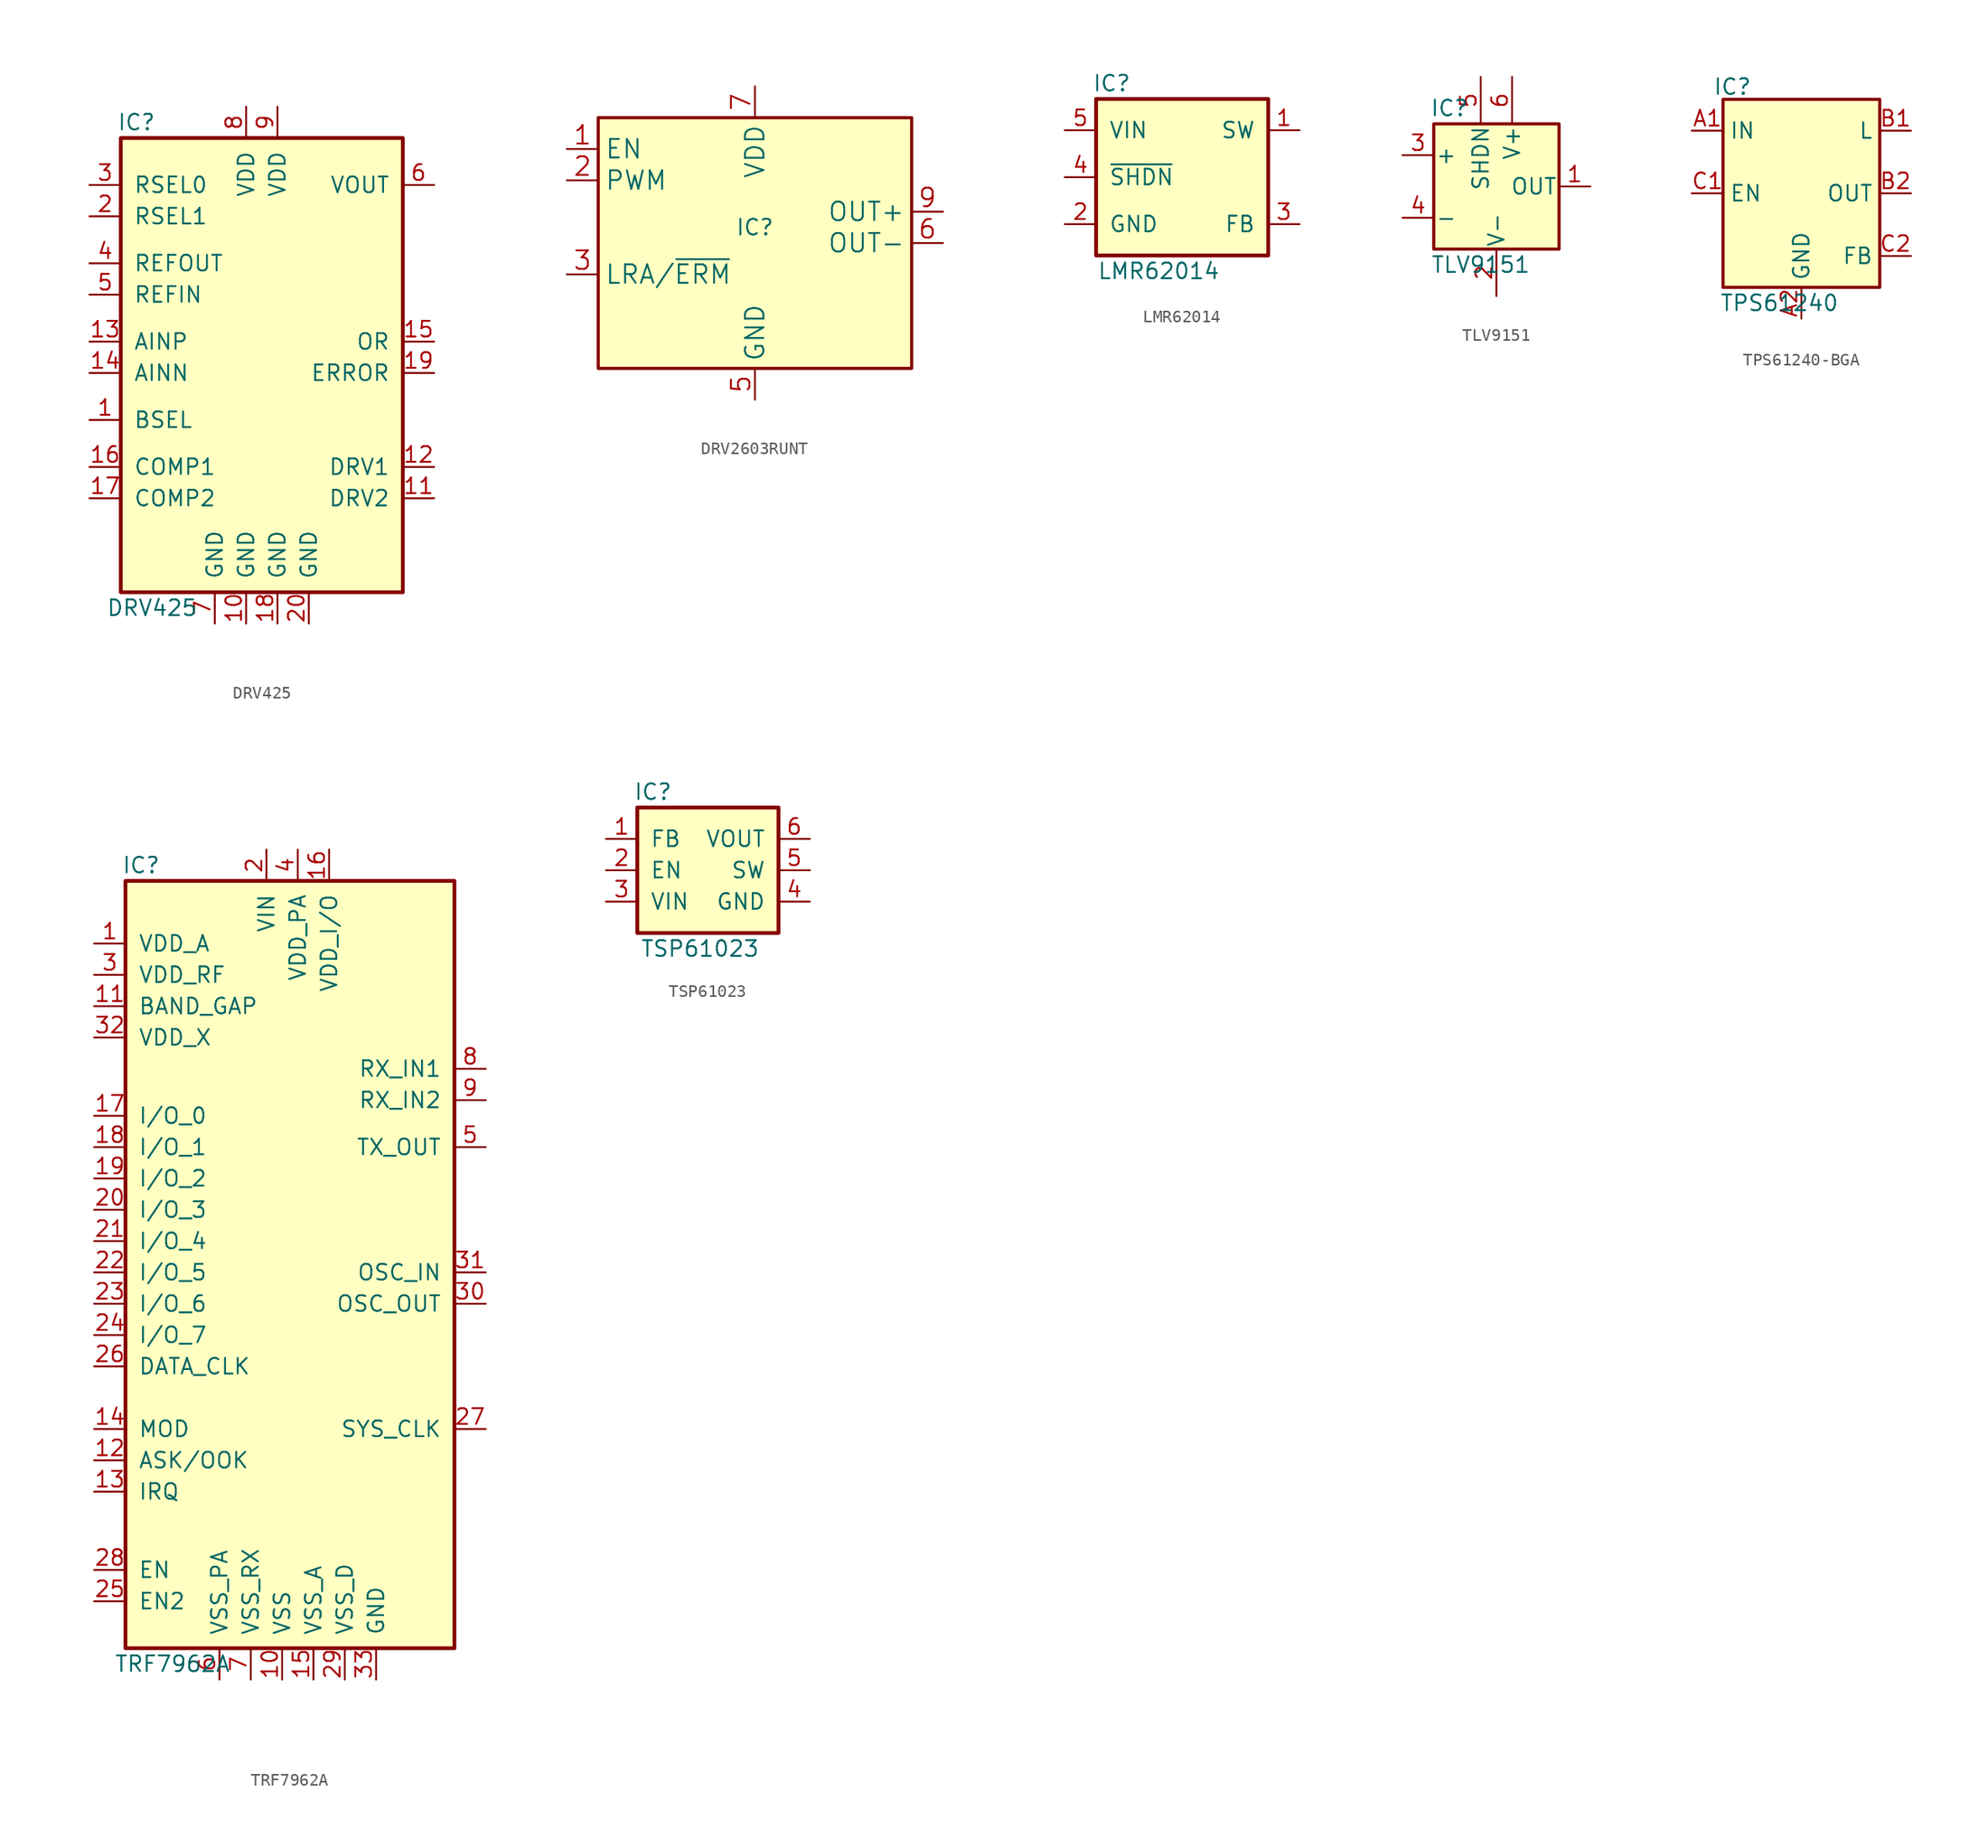
<source format=kicad_sym>
(kicad_symbol_lib
  (version 20231120)
  (generator "kicad_symbol_editor")
  (generator_version "8.0")
  (symbol "DRV425"
    (pin_names
      (offset 1.016))
    (property "Reference" "IC"
      (at -10.16 20.32 0)
      (effects (font (size 1.27 1.27))))
    (property "Value" "DRV425"
      (at -8.89 -19.05 0)
      (effects (font (size 1.27 1.27))))
    (symbol "DRV425_1_1"
      (rectangle (start -11.43 -17.78) (end 11.43 19.05) (stroke (width 0.305) (type solid)) (fill (type background)))
      (pin input line (at -13.97 -3.81 0) (length 2.54) (name "BSEL" (effects (font (size 1.27 1.27)))) (number "1" (effects (font (size 1.27 1.27)))))
      (pin power_out line (at -1.27 -20.32 90) (length 2.54) (name "GND" (effects (font (size 1.27 1.27)))) (number "10" (effects (font (size 1.27 1.27)))))
      (pin output line (at 13.97 -10.16 180) (length 2.54) (name "DRV2" (effects (font (size 1.27 1.27)))) (number "11" (effects (font (size 1.27 1.27)))))
      (pin output line (at 13.97 -7.62 180) (length 2.54) (name "DRV1" (effects (font (size 1.27 1.27)))) (number "12" (effects (font (size 1.27 1.27)))))
      (pin input line (at -13.97 2.54 0) (length 2.54) (name "AINP" (effects (font (size 1.27 1.27)))) (number "13" (effects (font (size 1.27 1.27)))))
      (pin power_in line (at -13.97 0 0) (length 2.54) (name "AINN" (effects (font (size 1.27 1.27)))) (number "14" (effects (font (size 1.27 1.27)))))
      (pin output line (at 13.97 2.54 180) (length 2.54) (name "OR" (effects (font (size 1.27 1.27)))) (number "15" (effects (font (size 1.27 1.27)))))
      (pin input line (at -13.97 -7.62 0) (length 2.54) (name "COMP1" (effects (font (size 1.27 1.27)))) (number "16" (effects (font (size 1.27 1.27)))))
      (pin input line (at -13.97 -10.16 0) (length 2.54) (name "COMP2" (effects (font (size 1.27 1.27)))) (number "17" (effects (font (size 1.27 1.27)))))
      (pin power_out line (at 1.27 -20.32 90) (length 2.54) (name "GND" (effects (font (size 1.27 1.27)))) (number "18" (effects (font (size 1.27 1.27)))))
      (pin output line (at 13.97 0 180) (length 2.54) (name "ERROR" (effects (font (size 1.27 1.27)))) (number "19" (effects (font (size 1.27 1.27)))))
      (pin input line (at -13.97 12.7 0) (length 2.54) (name "RSEL1" (effects (font (size 1.27 1.27)))) (number "2" (effects (font (size 1.27 1.27)))))
      (pin power_out line (at 3.81 -20.32 90) (length 2.54) (name "GND" (effects (font (size 1.27 1.27)))) (number "20" (effects (font (size 1.27 1.27)))))
      (pin power_in line (at -13.97 15.24 0) (length 2.54) (name "RSEL0" (effects (font (size 1.27 1.27)))) (number "3" (effects (font (size 1.27 1.27)))))
      (pin output line (at -13.97 8.89 0) (length 2.54) (name "REFOUT" (effects (font (size 1.27 1.27)))) (number "4" (effects (font (size 1.27 1.27)))))
      (pin input line (at -13.97 6.35 0) (length 2.54) (name "REFIN" (effects (font (size 1.27 1.27)))) (number "5" (effects (font (size 1.27 1.27)))))
      (pin output line (at 13.97 15.24 180) (length 2.54) (name "VOUT" (effects (font (size 1.27 1.27)))) (number "6" (effects (font (size 1.27 1.27)))))
      (pin power_out line (at -3.81 -20.32 90) (length 2.54) (name "GND" (effects (font (size 1.27 1.27)))) (number "7" (effects (font (size 1.27 1.27)))))
      (pin power_in line (at -1.27 21.59 270) (length 2.54) (name "VDD" (effects (font (size 1.27 1.27)))) (number "8" (effects (font (size 1.27 1.27)))))
      (pin power_in line (at 1.27 21.59 270) (length 2.54) (name "VDD" (effects (font (size 1.27 1.27)))) (number "9" (effects (font (size 1.27 1.27)))))))
  (symbol "DRV2603RUNT"
    (property "Reference" "IC"
      (at 0 0 0)
      (effects (font (size 1.27 1.27))))
    (property "Value" ""
      (at 0 0 0)
      (effects (font (size 1.27 1.27))))
    (symbol "DRV2603RUNT_1_1"
      (rectangle (start -12.7 8.89) (end 12.7 -11.43) (stroke (width 0.254) (type default)) (fill (type background)))
      (pin input line (at -15.24 6.35 0) (length 2.54) (name "EN" (effects (font (size 1.499 1.499)))) (number "1" (effects (font (size 1.499 1.499)))))
      (pin power_in line (at 0 -13.97 90) (length 2.54) hide (name "GND" (effects (font (size 1.499 1.499)))) (number "10" (effects (font (size 1.499 1.499)))))
      (pin input line (at -15.24 3.81 0) (length 2.54) (name "PWM" (effects (font (size 1.499 1.499)))) (number "2" (effects (font (size 1.499 1.499)))))
      (pin input line (at -15.24 -3.81 0) (length 2.54) (name "LRA/~{ERM}" (effects (font (size 1.499 1.499)))) (number "3" (effects (font (size 1.499 1.499)))))
      (pin no_connect line (at 15.24 -6.35 180) (length 2.54) hide (name "NC" (effects (font (size 1.27 1.27)))) (number "4" (effects (font (size 1.27 1.27)))))
      (pin power_in line (at 0 -13.97 90) (length 2.54) (name "GND" (effects (font (size 1.499 1.499)))) (number "5" (effects (font (size 1.499 1.499)))))
      (pin output line (at 15.24 -1.27 180) (length 2.54) (name "OUT-" (effects (font (size 1.499 1.499)))) (number "6" (effects (font (size 1.499 1.499)))))
      (pin power_in line (at 0 11.43 270) (length 2.54) (name "VDD" (effects (font (size 1.499 1.499)))) (number "7" (effects (font (size 1.499 1.499)))))
      (pin power_in line (at 0 -13.97 90) (length 2.54) hide (name "GND" (effects (font (size 1.499 1.499)))) (number "8" (effects (font (size 1.499 1.499)))))
      (pin output line (at 15.24 1.27 180) (length 2.54) (name "OUT+" (effects (font (size 1.499 1.499)))) (number "9" (effects (font (size 1.499 1.499)))))))
  (symbol "LMR62014"
    (pin_names
      (offset 1.016))
    (property "Reference" "IC"
      (at -5.08 7.62 0)
      (effects (font (size 1.27 1.27))))
    (property "Value" "LMR62014"
      (at -1.27 -7.62 0)
      (effects (font (size 1.27 1.27))))
    (symbol "LMR62014_1_1"
      (rectangle (start -6.35 -6.35) (end 7.62 6.35) (stroke (width 0.305) (type solid)) (fill (type background)))
      (pin output line (at 10.16 3.81 180) (length 2.54) (name "SW" (effects (font (size 1.27 1.27)))) (number "1" (effects (font (size 1.27 1.27)))))
      (pin power_out line (at -8.89 -3.81 0) (length 2.54) (name "GND" (effects (font (size 1.27 1.27)))) (number "2" (effects (font (size 1.27 1.27)))))
      (pin input line (at 10.16 -3.81 180) (length 2.54) (name "FB" (effects (font (size 1.27 1.27)))) (number "3" (effects (font (size 1.27 1.27)))))
      (pin input line (at -8.89 0 0) (length 2.54) (name "~{SHDN}" (effects (font (size 1.27 1.27)))) (number "4" (effects (font (size 1.27 1.27)))))
      (pin power_in line (at -8.89 3.81 0) (length 2.54) (name "VIN" (effects (font (size 1.27 1.27)))) (number "5" (effects (font (size 1.27 1.27)))))))
  (symbol "TLV9151"
    (pin_names
      (offset 0.127))
    (property "Reference" "IC"
      (at -1.27 6.35 0)
      (effects (font (size 1.27 1.27))))
    (property "Value" "TLV9151"
      (at 1.27 -6.35 0)
      (effects (font (size 1.27 1.27))))
    (symbol "TLV9151_0_1"
      (rectangle (start -2.54 5.08) (end 7.62 -5.08) (stroke (width 0.254) (type solid)) (fill (type background))))
    (symbol "TLV9151_1_1"
      (pin output line (at 10.16 0 180) (length 2.54) (name "OUT" (effects (font (size 1.27 1.27)))) (number "1" (effects (font (size 1.27 1.27)))))
      (pin power_in line (at 2.54 -8.89 90) (length 3.81) (name "V-" (effects (font (size 1.27 1.27)))) (number "2" (effects (font (size 1.27 1.27)))))
      (pin input line (at -5.08 2.54 0) (length 2.54) (name "+" (effects (font (size 1.27 1.27)))) (number "3" (effects (font (size 1.27 1.27)))))
      (pin input line (at -5.08 -2.54 0) (length 2.54) (name "-" (effects (font (size 1.27 1.27)))) (number "4" (effects (font (size 1.27 1.27)))))
      (pin input line (at 1.27 8.89 270) (length 3.81) (name "SHDN" (effects (font (size 1.27 1.27)))) (number "5" (effects (font (size 1.27 1.27)))))
      (pin power_in line (at 3.81 8.89 270) (length 3.81) (name "V+" (effects (font (size 1.27 1.27)))) (number "6" (effects (font (size 1.27 1.27)))))))
  (symbol "TPS61240-BGA"
    (property "Reference" "IC"
      (at -5.588 8.636 0)
      (effects (font (size 1.27 1.27))))
    (property "Value" "TPS61240"
      (at -1.778 -8.89 0)
      (effects (font (size 1.27 1.27))))
    (symbol "TPS61240-BGA_1_1"
      (rectangle (start -6.35 7.62) (end 6.35 -7.62) (stroke (width 0.254) (type default)) (fill (type background)))
      (pin input line (at -8.89 5.08 0) (length 2.54) (name "IN" (effects (font (size 1.27 1.27)))) (number "A1" (effects (font (size 1.27 1.27)))))
      (pin passive line (at 0 -10.16 90) (length 2.54) (name "GND" (effects (font (size 1.27 1.27)))) (number "A2" (effects (font (size 1.27 1.27)))))
      (pin input line (at 8.89 5.08 180) (length 2.54) (name "L" (effects (font (size 1.27 1.27)))) (number "B1" (effects (font (size 1.27 1.27)))))
      (pin power_in line (at 8.89 0 180) (length 2.54) (name "OUT" (effects (font (size 1.27 1.27)))) (number "B2" (effects (font (size 1.27 1.27)))))
      (pin input line (at -8.89 0 0) (length 2.54) (name "EN" (effects (font (size 1.27 1.27)))) (number "C1" (effects (font (size 1.27 1.27)))))
      (pin input line (at 8.89 -5.08 180) (length 2.54) (name "FB" (effects (font (size 1.27 1.27)))) (number "C2" (effects (font (size 1.27 1.27)))))))
  (symbol "TRF7962A"
    (pin_names
      (offset 1.016))
    (property "Reference" "IC"
      (at -12.7 31.75 0)
      (effects (font (size 1.27 1.27))))
    (property "Value" "TRF7962A"
      (at -10.16 -33.02 0)
      (effects (font (size 1.27 1.27))))
    (symbol "TRF7962A_1_1"
      (rectangle (start -13.97 -31.75) (end 12.7 30.48) (stroke (width 0.305) (type solid)) (fill (type background)))
      (pin power_out line (at -16.51 25.4 0) (length 2.54) (name "VDD_A" (effects (font (size 1.27 1.27)))) (number "1" (effects (font (size 1.27 1.27)))))
      (pin passive line (at -1.27 -34.29 90) (length 2.54) (name "VSS" (effects (font (size 1.27 1.27)))) (number "10" (effects (font (size 1.27 1.27)))))
      (pin power_out line (at -16.51 20.32 0) (length 2.54) (name "BAND_GAP" (effects (font (size 1.27 1.27)))) (number "11" (effects (font (size 1.27 1.27)))))
      (pin bidirectional line (at -16.51 -16.51 0) (length 2.54) (name "ASK/OOK" (effects (font (size 1.27 1.27)))) (number "12" (effects (font (size 1.27 1.27)))))
      (pin output line (at -16.51 -19.05 0) (length 2.54) (name "IRQ" (effects (font (size 1.27 1.27)))) (number "13" (effects (font (size 1.27 1.27)))))
      (pin bidirectional line (at -16.51 -13.97 0) (length 2.54) (name "MOD" (effects (font (size 1.27 1.27)))) (number "14" (effects (font (size 1.27 1.27)))))
      (pin passive line (at 1.27 -34.29 90) (length 2.54) (name "VSS_A" (effects (font (size 1.27 1.27)))) (number "15" (effects (font (size 1.27 1.27)))))
      (pin power_in line (at 2.54 33.02 270) (length 2.54) (name "VDD_I/O" (effects (font (size 1.27 1.27)))) (number "16" (effects (font (size 1.27 1.27)))))
      (pin bidirectional line (at -16.51 11.43 0) (length 2.54) (name "I/O_0" (effects (font (size 1.27 1.27)))) (number "17" (effects (font (size 1.27 1.27)))))
      (pin bidirectional line (at -16.51 8.89 0) (length 2.54) (name "I/O_1" (effects (font (size 1.27 1.27)))) (number "18" (effects (font (size 1.27 1.27)))))
      (pin bidirectional line (at -16.51 6.35 0) (length 2.54) (name "I/O_2" (effects (font (size 1.27 1.27)))) (number "19" (effects (font (size 1.27 1.27)))))
      (pin power_in line (at -2.54 33.02 270) (length 2.54) (name "VIN" (effects (font (size 1.27 1.27)))) (number "2" (effects (font (size 1.27 1.27)))))
      (pin bidirectional line (at -16.51 3.81 0) (length 2.54) (name "I/O_3" (effects (font (size 1.27 1.27)))) (number "20" (effects (font (size 1.27 1.27)))))
      (pin bidirectional line (at -16.51 1.27 0) (length 2.54) (name "I/O_4" (effects (font (size 1.27 1.27)))) (number "21" (effects (font (size 1.27 1.27)))))
      (pin bidirectional line (at -16.51 -1.27 0) (length 2.54) (name "I/O_5" (effects (font (size 1.27 1.27)))) (number "22" (effects (font (size 1.27 1.27)))))
      (pin bidirectional line (at -16.51 -3.81 0) (length 2.54) (name "I/O_6" (effects (font (size 1.27 1.27)))) (number "23" (effects (font (size 1.27 1.27)))))
      (pin bidirectional line (at -16.51 -6.35 0) (length 2.54) (name "I/O_7" (effects (font (size 1.27 1.27)))) (number "24" (effects (font (size 1.27 1.27)))))
      (pin input line (at -16.51 -27.94 0) (length 2.54) (name "EN2" (effects (font (size 1.27 1.27)))) (number "25" (effects (font (size 1.27 1.27)))))
      (pin input line (at -16.51 -8.89 0) (length 2.54) (name "DATA_CLK" (effects (font (size 1.27 1.27)))) (number "26" (effects (font (size 1.27 1.27)))))
      (pin output line (at 15.24 -13.97 180) (length 2.54) (name "SYS_CLK" (effects (font (size 1.27 1.27)))) (number "27" (effects (font (size 1.27 1.27)))))
      (pin input line (at -16.51 -25.4 0) (length 2.54) (name "EN" (effects (font (size 1.27 1.27)))) (number "28" (effects (font (size 1.27 1.27)))))
      (pin passive line (at 3.81 -34.29 90) (length 2.54) (name "VSS_D" (effects (font (size 1.27 1.27)))) (number "29" (effects (font (size 1.27 1.27)))))
      (pin power_out line (at -16.51 22.86 0) (length 2.54) (name "VDD_RF" (effects (font (size 1.27 1.27)))) (number "3" (effects (font (size 1.27 1.27)))))
      (pin output line (at 15.24 -3.81 180) (length 2.54) (name "OSC_OUT" (effects (font (size 1.27 1.27)))) (number "30" (effects (font (size 1.27 1.27)))))
      (pin input line (at 15.24 -1.27 180) (length 2.54) (name "OSC_IN" (effects (font (size 1.27 1.27)))) (number "31" (effects (font (size 1.27 1.27)))))
      (pin power_out line (at -16.51 17.78 0) (length 2.54) (name "VDD_X" (effects (font (size 1.27 1.27)))) (number "32" (effects (font (size 1.27 1.27)))))
      (pin passive line (at 6.35 -34.29 90) (length 2.54) (name "GND" (effects (font (size 1.27 1.27)))) (number "33" (effects (font (size 1.27 1.27)))))
      (pin input line (at 0 33.02 270) (length 2.54) (name "VDD_PA" (effects (font (size 1.27 1.27)))) (number "4" (effects (font (size 1.27 1.27)))))
      (pin output line (at 15.24 8.89 180) (length 2.54) (name "TX_OUT" (effects (font (size 1.27 1.27)))) (number "5" (effects (font (size 1.27 1.27)))))
      (pin passive line (at -6.35 -34.29 90) (length 2.54) (name "VSS_PA" (effects (font (size 1.27 1.27)))) (number "6" (effects (font (size 1.27 1.27)))))
      (pin passive line (at -3.81 -34.29 90) (length 2.54) (name "VSS_RX" (effects (font (size 1.27 1.27)))) (number "7" (effects (font (size 1.27 1.27)))))
      (pin input line (at 15.24 15.24 180) (length 2.54) (name "RX_IN1" (effects (font (size 1.27 1.27)))) (number "8" (effects (font (size 1.27 1.27)))))
      (pin input line (at 15.24 12.7 180) (length 2.54) (name "RX_IN2" (effects (font (size 1.27 1.27)))) (number "9" (effects (font (size 1.27 1.27)))))))
  (symbol "TSP61023"
    (pin_names
      (offset 1.016))
    (property "Reference" "IC"
      (at -3.81 6.35 0)
      (effects (font (size 1.27 1.27))))
    (property "Value" "TSP61023"
      (at 0 -6.35 0)
      (effects (font (size 1.27 1.27))))
    (symbol "TSP61023_1_1"
      (rectangle (start -5.08 -5.08) (end 6.35 5.08) (stroke (width 0.305) (type solid)) (fill (type background)))
      (pin input line (at -7.62 2.54 0) (length 2.54) (name "FB" (effects (font (size 1.27 1.27)))) (number "1" (effects (font (size 1.27 1.27)))))
      (pin input line (at -7.62 0 0) (length 2.54) (name "EN" (effects (font (size 1.27 1.27)))) (number "2" (effects (font (size 1.27 1.27)))))
      (pin power_in line (at -7.62 -2.54 0) (length 2.54) (name "VIN" (effects (font (size 1.27 1.27)))) (number "3" (effects (font (size 1.27 1.27)))))
      (pin power_out line (at 8.89 -2.54 180) (length 2.54) (name "GND" (effects (font (size 1.27 1.27)))) (number "4" (effects (font (size 1.27 1.27)))))
      (pin output line (at 8.89 0 180) (length 2.54) (name "SW" (effects (font (size 1.27 1.27)))) (number "5" (effects (font (size 1.27 1.27)))))
      (pin power_out line (at 8.89 2.54 180) (length 2.54) (name "VOUT" (effects (font (size 1.27 1.27)))) (number "6" (effects (font (size 1.27 1.27))))))))
</source>
